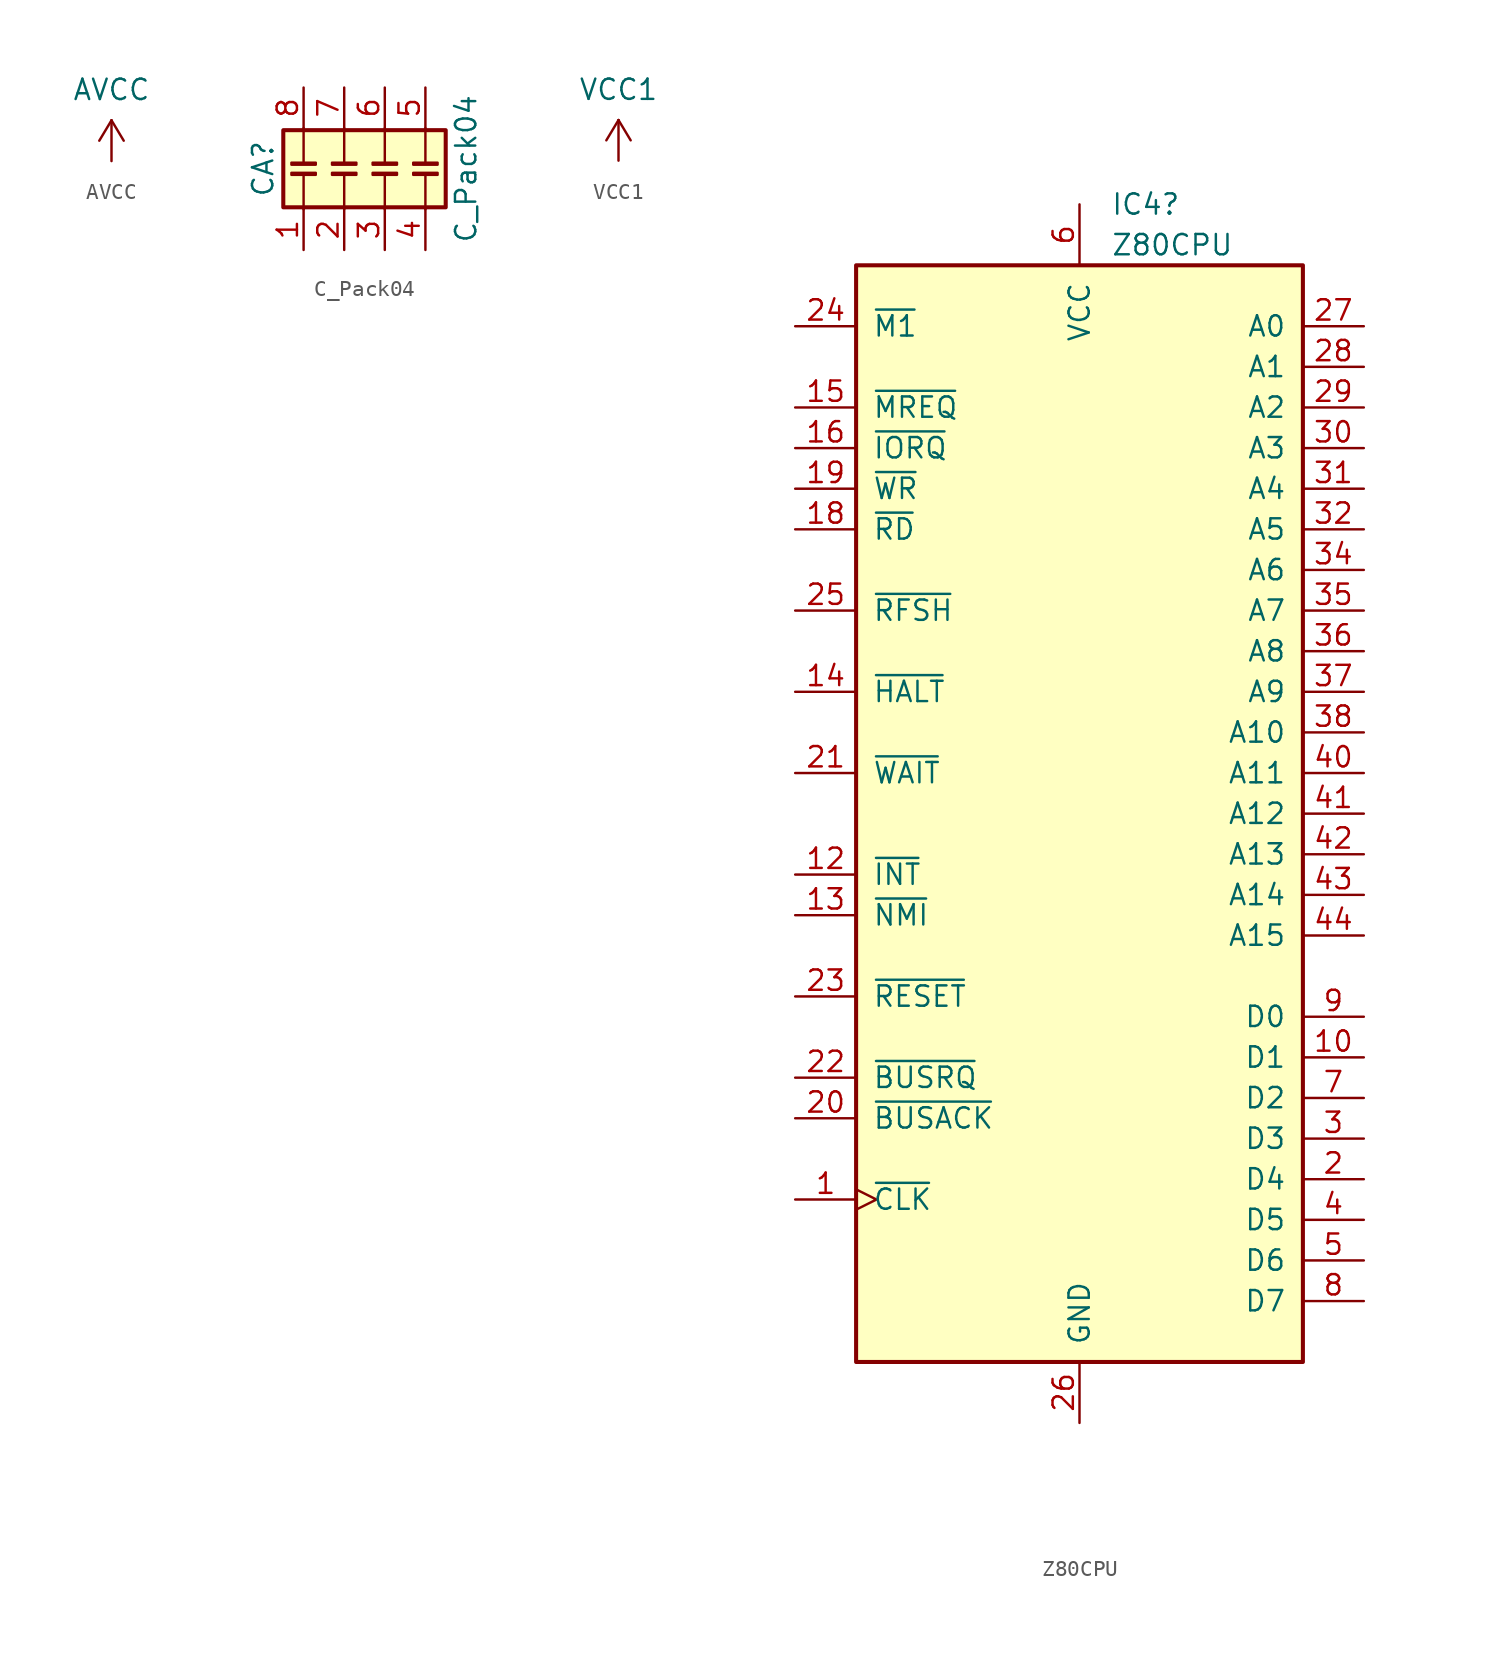
<source format=kicad_sym>
(kicad_symbol_lib
  (version 20241209)
  (generator "kicad_symbol_editor")
  (generator_version "9.0")
  (symbol "AVCC"
    (power)
    (pin_names
      (offset 0))
    (property "Reference" "#PWR01"
      (at 0 -3.81 0)
      (effects (font (size 1.27 1.27)) (hide yes)))
    (property "Value" "AVCC"
      (at 0 4.445 0)
      (effects (font (size 1.27 1.27))))
    (symbol "AVCC_0_1"
      (polyline (pts (xy -0.762 1.27) (xy 0 2.54)) (stroke (width 0) (type default)) (fill (type none)))
      (polyline (pts (xy 0 2.54) (xy 0.762 1.27)) (stroke (width 0) (type default)) (fill (type none)))
      (polyline (pts (xy 0 0) (xy 0 2.54)) (stroke (width 0) (type default)) (fill (type none))))
    (symbol "AVCC_1_1"
      (pin power_in line (at 0 0 90) (length 0) (hide yes) (name "AVCC" (effects (font (size 1.27 1.27)))) (number "1" (effects (font (size 1.27 1.27)))))))
  (symbol "C_Pack04"
    (pin_names
      (offset 0)
      (hide yes))
    (property "Reference" "CA"
      (at -7.62 0 90)
      (effects (font (size 1.27 1.27))))
    (property "Value" "C_Pack04"
      (at 5.08 0 90)
      (effects (font (size 1.27 1.27))))
    (symbol "C_Pack04_0_1"
      (rectangle (start -6.35 2.413) (end 3.81 -2.413) (stroke (width 0.254) (type default)) (fill (type background)))
      (rectangle (start -5.842 0.381) (end -4.318 0.254) (stroke (width 0) (type default)) (fill (type none)))
      (rectangle (start -5.842 -0.254) (end -4.318 -0.381) (stroke (width 0) (type default)) (fill (type none)))
      (polyline (pts (xy -5.08 0.381) (xy -5.08 2.54)) (stroke (width 0) (type default)) (fill (type none)))
      (polyline (pts (xy -5.08 -2.54) (xy -5.08 -0.381)) (stroke (width 0) (type default)) (fill (type none)))
      (rectangle (start -3.302 0.381) (end -1.778 0.254) (stroke (width 0) (type default)) (fill (type none)))
      (rectangle (start -3.302 -0.254) (end -1.778 -0.381) (stroke (width 0) (type default)) (fill (type none)))
      (polyline (pts (xy -2.54 0.381) (xy -2.54 2.54)) (stroke (width 0) (type default)) (fill (type none)))
      (polyline (pts (xy -2.54 -2.54) (xy -2.54 -0.381)) (stroke (width 0) (type default)) (fill (type none)))
      (rectangle (start -0.762 0.381) (end 0.762 0.254) (stroke (width 0) (type default)) (fill (type none)))
      (rectangle (start -0.762 -0.254) (end 0.762 -0.381) (stroke (width 0) (type default)) (fill (type none)))
      (polyline (pts (xy 0 0.381) (xy 0 2.54)) (stroke (width 0) (type default)) (fill (type none)))
      (polyline (pts (xy 0 -2.54) (xy 0 -0.381)) (stroke (width 0) (type default)) (fill (type none)))
      (rectangle (start 1.778 0.381) (end 3.302 0.254) (stroke (width 0) (type default)) (fill (type none)))
      (rectangle (start 1.778 -0.254) (end 3.302 -0.381) (stroke (width 0) (type default)) (fill (type none)))
      (polyline (pts (xy 2.54 0.381) (xy 2.54 2.54)) (stroke (width 0) (type default)) (fill (type none)))
      (polyline (pts (xy 2.54 -2.54) (xy 2.54 -0.381)) (stroke (width 0) (type default)) (fill (type none))))
    (symbol "C_Pack04_1_1"
      (pin passive line (at -5.08 5.08 270) (length 2.54) (name "R1.2" (effects (font (size 1.27 1.27)))) (number "8" (effects (font (size 1.27 1.27)))))
      (pin passive line (at -5.08 -5.08 90) (length 2.54) (name "R1.1" (effects (font (size 1.27 1.27)))) (number "1" (effects (font (size 1.27 1.27)))))
      (pin passive line (at -2.54 5.08 270) (length 2.54) (name "R2.2" (effects (font (size 1.27 1.27)))) (number "7" (effects (font (size 1.27 1.27)))))
      (pin passive line (at -2.54 -5.08 90) (length 2.54) (name "R2.1" (effects (font (size 1.27 1.27)))) (number "2" (effects (font (size 1.27 1.27)))))
      (pin passive line (at 0 5.08 270) (length 2.54) (name "R3.2" (effects (font (size 1.27 1.27)))) (number "6" (effects (font (size 1.27 1.27)))))
      (pin passive line (at 0 -5.08 90) (length 2.54) (name "R3.1" (effects (font (size 1.27 1.27)))) (number "3" (effects (font (size 1.27 1.27)))))
      (pin passive line (at 2.54 5.08 270) (length 2.54) (name "R4.2" (effects (font (size 1.27 1.27)))) (number "5" (effects (font (size 1.27 1.27)))))
      (pin passive line (at 2.54 -5.08 90) (length 2.54) (name "R4.1" (effects (font (size 1.27 1.27)))) (number "4" (effects (font (size 1.27 1.27)))))))
  (symbol "VCC1"
    (power)
    (pin_names
      (offset 0))
    (property "Reference" "#PWR01"
      (at 0 -3.81 0)
      (effects (font (size 1.27 1.27)) (hide yes)))
    (property "Value" "VCC1"
      (at 0 4.445 0)
      (effects (font (size 1.27 1.27))))
    (symbol "VCC1_0_1"
      (polyline (pts (xy -0.762 1.27) (xy 0 2.54)) (stroke (width 0) (type default)) (fill (type none)))
      (polyline (pts (xy 0 2.54) (xy 0.762 1.27)) (stroke (width 0) (type default)) (fill (type none)))
      (polyline (pts (xy 0 0) (xy 0 2.54)) (stroke (width 0) (type default)) (fill (type none))))
    (symbol "VCC1_1_1"
      (pin power_in line (at 0 0 90) (length 0) (hide yes) (name "VCC1" (effects (font (size 1.27 1.27)))) (number "1" (effects (font (size 1.27 1.27)))))))
  (symbol "Z80CPU"
    (pin_names
      (offset 1.016))
    (property "Reference" "IC4"
      (at 1.956 38.1 0)
      (effects (font (size 1.27 1.27)) (justify left)))
    (property "Value" "Z80CPU"
      (at 1.956 35.56 0)
      (effects (font (size 1.27 1.27)) (justify left)))
    (symbol "Z80CPU_0_1"
      (rectangle (start -13.97 34.29) (end 13.97 -34.29) (stroke (width 0.254) (type default)) (fill (type background))))
    (symbol "Z80CPU_1_1"
      (pin output line (at -17.78 30.48 0) (length 3.81) (name "~{M1}" (effects (font (size 1.27 1.27)))) (number "24" (effects (font (size 1.27 1.27)))))
      (pin output line (at -17.78 25.4 0) (length 3.81) (name "~{MREQ}" (effects (font (size 1.27 1.27)))) (number "15" (effects (font (size 1.27 1.27)))))
      (pin output line (at -17.78 22.86 0) (length 3.81) (name "~{IORQ}" (effects (font (size 1.27 1.27)))) (number "16" (effects (font (size 1.27 1.27)))))
      (pin output line (at -17.78 20.32 0) (length 3.81) (name "~{WR}" (effects (font (size 1.27 1.27)))) (number "19" (effects (font (size 1.27 1.27)))))
      (pin output line (at -17.78 17.78 0) (length 3.81) (name "~{RD}" (effects (font (size 1.27 1.27)))) (number "18" (effects (font (size 1.27 1.27)))))
      (pin output line (at -17.78 12.7 0) (length 3.81) (name "~{RFSH}" (effects (font (size 1.27 1.27)))) (number "25" (effects (font (size 1.27 1.27)))))
      (pin output line (at -17.78 7.62 0) (length 3.81) (name "~{HALT}" (effects (font (size 1.27 1.27)))) (number "14" (effects (font (size 1.27 1.27)))))
      (pin input line (at -17.78 2.54 0) (length 3.81) (name "~{WAIT}" (effects (font (size 1.27 1.27)))) (number "21" (effects (font (size 1.27 1.27)))))
      (pin input line (at -17.78 -3.81 0) (length 3.81) (name "~{INT}" (effects (font (size 1.27 1.27)))) (number "12" (effects (font (size 1.27 1.27)))))
      (pin input line (at -17.78 -6.35 0) (length 3.81) (name "~{NMI}" (effects (font (size 1.27 1.27)))) (number "13" (effects (font (size 1.27 1.27)))))
      (pin input line (at -17.78 -11.43 0) (length 3.81) (name "~{RESET}" (effects (font (size 1.27 1.27)))) (number "23" (effects (font (size 1.27 1.27)))))
      (pin input line (at -17.78 -16.51 0) (length 3.81) (name "~{BUSRQ}" (effects (font (size 1.27 1.27)))) (number "22" (effects (font (size 1.27 1.27)))))
      (pin output line (at -17.78 -19.05 0) (length 3.81) (name "~{BUSACK}" (effects (font (size 1.27 1.27)))) (number "20" (effects (font (size 1.27 1.27)))))
      (pin input clock (at -17.78 -24.13 0) (length 3.81) (name "~{CLK}" (effects (font (size 1.27 1.27)))) (number "1" (effects (font (size 1.27 1.27)))))
      (pin no_connect line (at -11.43 -36.83 90) (length 2.54) (hide yes) (name "N/C" (effects (font (size 1.27 1.27)))) (number "11" (effects (font (size 1.27 1.27)))))
      (pin no_connect line (at -8.89 -36.83 90) (length 2.54) (hide yes) (name "N/C" (effects (font (size 1.27 1.27)))) (number "17" (effects (font (size 1.27 1.27)))))
      (pin no_connect line (at -6.35 -36.83 90) (length 2.54) (hide yes) (name "N/C" (effects (font (size 1.27 1.27)))) (number "33" (effects (font (size 1.27 1.27)))))
      (pin no_connect line (at -3.81 -36.83 90) (length 2.54) (hide yes) (name "N/C" (effects (font (size 1.27 1.27)))) (number "39" (effects (font (size 1.27 1.27)))))
      (pin power_in line (at 0 38.1 270) (length 3.81) (name "VCC" (effects (font (size 1.27 1.27)))) (number "6" (effects (font (size 1.27 1.27)))))
      (pin power_in line (at 0 -38.1 90) (length 3.81) (name "GND" (effects (font (size 1.27 1.27)))) (number "26" (effects (font (size 1.27 1.27)))))
      (pin output line (at 17.78 30.48 180) (length 3.81) (name "A0" (effects (font (size 1.27 1.27)))) (number "27" (effects (font (size 1.27 1.27)))))
      (pin output line (at 17.78 27.94 180) (length 3.81) (name "A1" (effects (font (size 1.27 1.27)))) (number "28" (effects (font (size 1.27 1.27)))))
      (pin output line (at 17.78 25.4 180) (length 3.81) (name "A2" (effects (font (size 1.27 1.27)))) (number "29" (effects (font (size 1.27 1.27)))))
      (pin output line (at 17.78 22.86 180) (length 3.81) (name "A3" (effects (font (size 1.27 1.27)))) (number "30" (effects (font (size 1.27 1.27)))))
      (pin output line (at 17.78 20.32 180) (length 3.81) (name "A4" (effects (font (size 1.27 1.27)))) (number "31" (effects (font (size 1.27 1.27)))))
      (pin output line (at 17.78 17.78 180) (length 3.81) (name "A5" (effects (font (size 1.27 1.27)))) (number "32" (effects (font (size 1.27 1.27)))))
      (pin output line (at 17.78 15.24 180) (length 3.81) (name "A6" (effects (font (size 1.27 1.27)))) (number "34" (effects (font (size 1.27 1.27)))))
      (pin output line (at 17.78 12.7 180) (length 3.81) (name "A7" (effects (font (size 1.27 1.27)))) (number "35" (effects (font (size 1.27 1.27)))))
      (pin output line (at 17.78 10.16 180) (length 3.81) (name "A8" (effects (font (size 1.27 1.27)))) (number "36" (effects (font (size 1.27 1.27)))))
      (pin output line (at 17.78 7.62 180) (length 3.81) (name "A9" (effects (font (size 1.27 1.27)))) (number "37" (effects (font (size 1.27 1.27)))))
      (pin output line (at 17.78 5.08 180) (length 3.81) (name "A10" (effects (font (size 1.27 1.27)))) (number "38" (effects (font (size 1.27 1.27)))))
      (pin output line (at 17.78 2.54 180) (length 3.81) (name "A11" (effects (font (size 1.27 1.27)))) (number "40" (effects (font (size 1.27 1.27)))))
      (pin output line (at 17.78 0 180) (length 3.81) (name "A12" (effects (font (size 1.27 1.27)))) (number "41" (effects (font (size 1.27 1.27)))))
      (pin output line (at 17.78 -2.54 180) (length 3.81) (name "A13" (effects (font (size 1.27 1.27)))) (number "42" (effects (font (size 1.27 1.27)))))
      (pin output line (at 17.78 -5.08 180) (length 3.81) (name "A14" (effects (font (size 1.27 1.27)))) (number "43" (effects (font (size 1.27 1.27)))))
      (pin output line (at 17.78 -7.62 180) (length 3.81) (name "A15" (effects (font (size 1.27 1.27)))) (number "44" (effects (font (size 1.27 1.27)))))
      (pin bidirectional line (at 17.78 -12.7 180) (length 3.81) (name "D0" (effects (font (size 1.27 1.27)))) (number "9" (effects (font (size 1.27 1.27)))))
      (pin bidirectional line (at 17.78 -15.24 180) (length 3.81) (name "D1" (effects (font (size 1.27 1.27)))) (number "10" (effects (font (size 1.27 1.27)))))
      (pin bidirectional line (at 17.78 -17.78 180) (length 3.81) (name "D2" (effects (font (size 1.27 1.27)))) (number "7" (effects (font (size 1.27 1.27)))))
      (pin bidirectional line (at 17.78 -20.32 180) (length 3.81) (name "D3" (effects (font (size 1.27 1.27)))) (number "3" (effects (font (size 1.27 1.27)))))
      (pin bidirectional line (at 17.78 -22.86 180) (length 3.81) (name "D4" (effects (font (size 1.27 1.27)))) (number "2" (effects (font (size 1.27 1.27)))))
      (pin bidirectional line (at 17.78 -25.4 180) (length 3.81) (name "D5" (effects (font (size 1.27 1.27)))) (number "4" (effects (font (size 1.27 1.27)))))
      (pin bidirectional line (at 17.78 -27.94 180) (length 3.81) (name "D6" (effects (font (size 1.27 1.27)))) (number "5" (effects (font (size 1.27 1.27)))))
      (pin bidirectional line (at 17.78 -30.48 180) (length 3.81) (name "D7" (effects (font (size 1.27 1.27)))) (number "8" (effects (font (size 1.27 1.27))))))))
</source>
